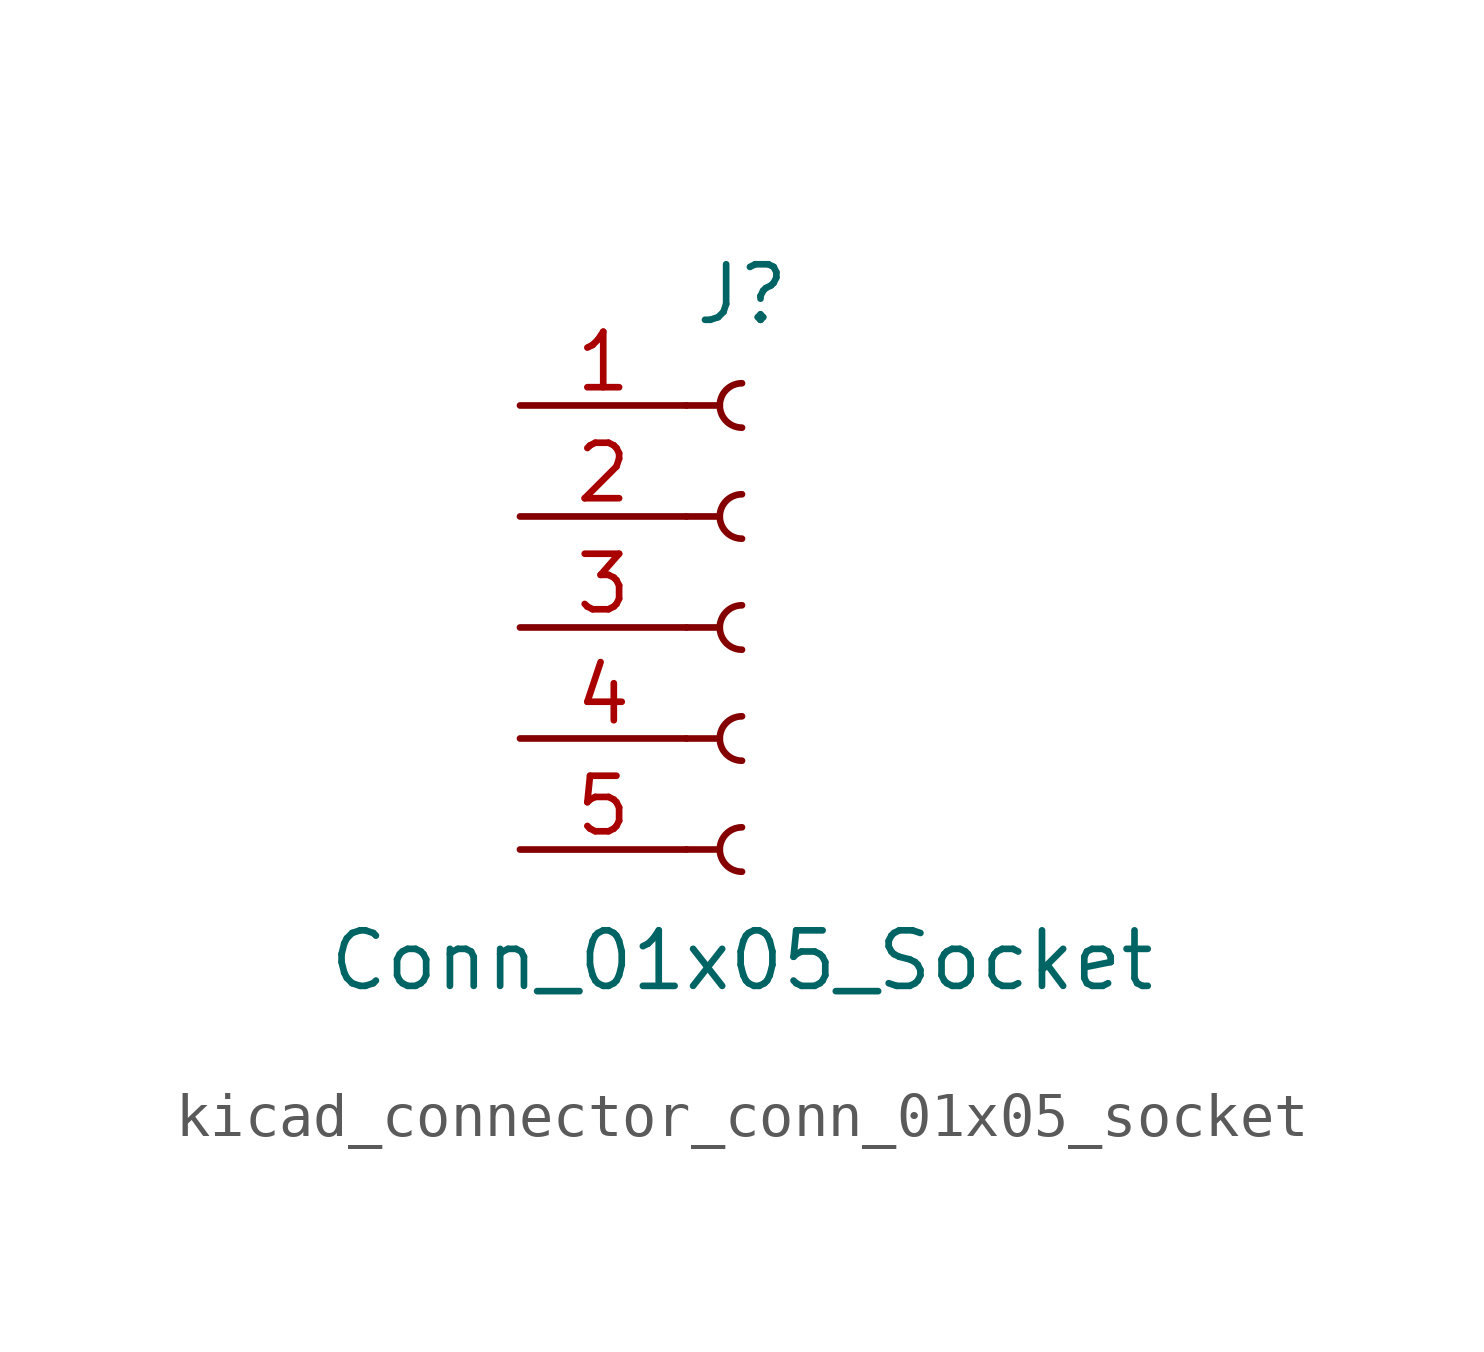
<source format=kicad_sym>
(kicad_symbol_lib
  (version 20220914)
  (generator kicad_symbol_editor)
  (symbol "kicad_connector_conn_01x05_socket"
    (pin_names
      (offset 1.016) hide)
    (property "Reference" "J"
      (at 0 7.62 0)
      (effects (font (size 1.27 1.27))))
    (property "Value" "Conn_01x05_Socket"
      (at 0 -7.62 0)
      (effects (font (size 1.27 1.27))))
    (property "ki_locked" ""
      (at 0 0 0)
      (effects (font (size 1.27 1.27))))
    (symbol "kicad_connector_conn_01x05_socket_1_1"
      (arc (start 0 -4.572) (mid -0.5058 -5.08) (end 0 -5.588) (stroke (width 0.1524) (type default)) (fill (type none)))
      (arc (start 0 -2.032) (mid -0.5058 -2.54) (end 0 -3.048) (stroke (width 0.1524) (type default)) (fill (type none)))
      (polyline (pts (xy -1.27 -5.08) (xy -0.508 -5.08)) (stroke (width 0.152) (type default)) (fill (type none)))
      (polyline (pts (xy -1.27 -2.54) (xy -0.508 -2.54)) (stroke (width 0.152) (type default)) (fill (type none)))
      (polyline (pts (xy -1.27 0) (xy -0.508 0)) (stroke (width 0.152) (type default)) (fill (type none)))
      (polyline (pts (xy -1.27 2.54) (xy -0.508 2.54)) (stroke (width 0.152) (type default)) (fill (type none)))
      (polyline (pts (xy -1.27 5.08) (xy -0.508 5.08)) (stroke (width 0.152) (type default)) (fill (type none)))
      (arc (start 0 0.508) (mid -0.5058 0) (end 0 -0.508) (stroke (width 0.1524) (type default)) (fill (type none)))
      (arc (start 0 3.048) (mid -0.5058 2.54) (end 0 2.032) (stroke (width 0.1524) (type default)) (fill (type none)))
      (arc (start 0 5.588) (mid -0.5058 5.08) (end 0 4.572) (stroke (width 0.1524) (type default)) (fill (type none)))
      (pin passive line (at -5.08 5.08 0) (length 3.81) (name "Pin_1" (effects (font (size 1.27 1.27)))) (number "1" (effects (font (size 1.27 1.27)))))
      (pin passive line (at -5.08 2.54 0) (length 3.81) (name "Pin_2" (effects (font (size 1.27 1.27)))) (number "2" (effects (font (size 1.27 1.27)))))
      (pin passive line (at -5.08 0 0) (length 3.81) (name "Pin_3" (effects (font (size 1.27 1.27)))) (number "3" (effects (font (size 1.27 1.27)))))
      (pin passive line (at -5.08 -2.54 0) (length 3.81) (name "Pin_4" (effects (font (size 1.27 1.27)))) (number "4" (effects (font (size 1.27 1.27)))))
      (pin passive line (at -5.08 -5.08 0) (length 3.81) (name "Pin_5" (effects (font (size 1.27 1.27)))) (number "5" (effects (font (size 1.27 1.27))))))))
</source>
